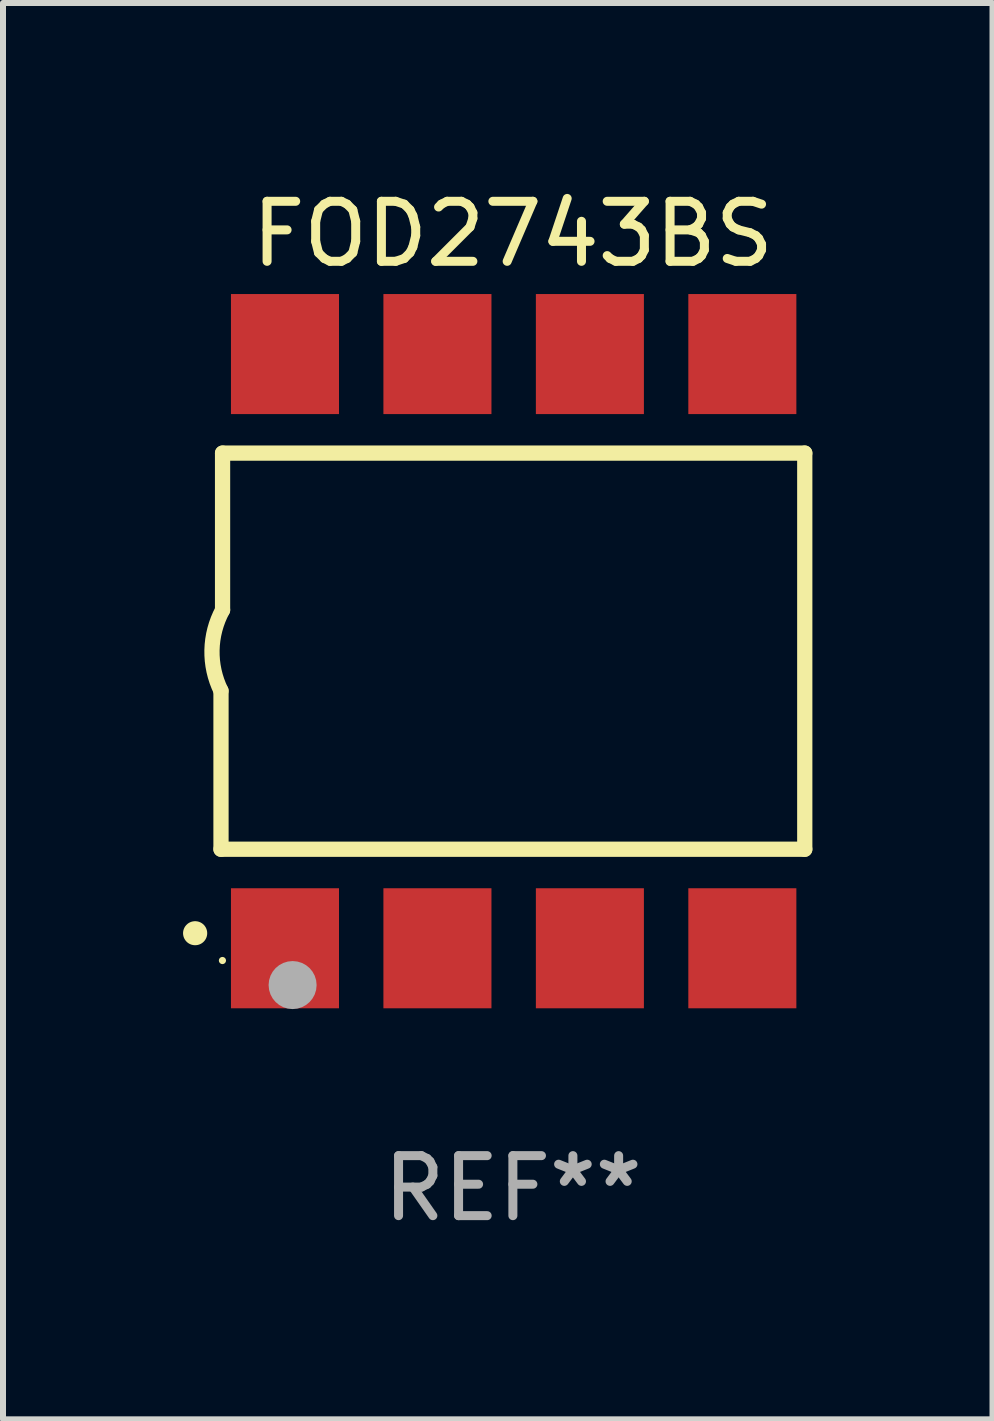
<source format=kicad_pcb>
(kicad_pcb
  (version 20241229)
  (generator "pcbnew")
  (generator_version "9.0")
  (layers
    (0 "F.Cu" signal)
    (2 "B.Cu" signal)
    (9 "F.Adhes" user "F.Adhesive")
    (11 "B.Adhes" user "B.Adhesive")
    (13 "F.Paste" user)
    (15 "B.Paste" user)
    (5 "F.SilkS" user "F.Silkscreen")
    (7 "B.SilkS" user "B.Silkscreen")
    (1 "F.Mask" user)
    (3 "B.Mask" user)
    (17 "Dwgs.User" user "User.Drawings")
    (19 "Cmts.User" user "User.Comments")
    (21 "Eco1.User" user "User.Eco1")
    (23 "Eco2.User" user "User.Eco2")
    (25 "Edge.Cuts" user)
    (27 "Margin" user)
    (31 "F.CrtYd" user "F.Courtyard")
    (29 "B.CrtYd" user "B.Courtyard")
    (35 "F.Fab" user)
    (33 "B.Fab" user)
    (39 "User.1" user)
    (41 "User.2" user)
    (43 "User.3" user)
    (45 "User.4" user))
  (footprint "FOD2743BS"
    (layer "F.Cu")
    (at 5.495 7.799)
    (property "Reference" "FOD2743BS" (at 0 -6.95 0) (layer "F.SilkS") (effects (font (size 1 1) (thickness 0.15))))
    (attr through_hole)
    (fp_line (start -4.863 3.3) (end -4.863 0.66) (stroke (width 0.254) (type solid)) (layer "F.SilkS"))
    (fp_line (start -4.837 -3.3) (end -4.837 -0.686) (stroke (width 0.254) (type solid)) (layer "F.SilkS"))
    (fp_line (start -4.837 -3.3) (end 4.863 -3.3) (stroke (width 0.254) (type solid)) (layer "F.SilkS"))
    (fp_line (start 4.863 -3.3) (end 4.863 3.3) (stroke (width 0.254) (type solid)) (layer "F.SilkS"))
    (fp_line (start 4.863 3.3) (end -4.863 3.3) (stroke (width 0.254) (type solid)) (layer "F.SilkS"))
    (fp_arc (start -5.295212 4.699009) (mid -5.293942 4.699005) (end -5.292672 4.699009) (stroke (width 0.4) (type solid)) (layer "F.SilkS"))
    (fp_arc (start -4.863411 0.660401) (mid -5.013163 -0.015948) (end -4.836614 -0.685801) (stroke (width 0.254001) (type solid)) (layer "F.SilkS"))
    (fp_circle (center -4.839 5.154) (end -4.809 5.154) (stroke (width 0.06) (type solid)) (fill no) (layer "F.SilkS"))
    (fp_circle (center -3.67 5.563) (end -3.47 5.563) (stroke (width 0.4) (type solid)) (fill no) (layer "F.Fab"))
    (fp_text user "REF**" (at 0 8.95 0) (layer "F.Fab") (effects (font (size 1 1) (thickness 0.15))))
    (pad "1" smd rect (at -3.797 4.95) (size 1.8 2) (layers "F.Cu" "F.Mask" "F.Paste"))
    (pad "2" smd rect (at -1.257 4.95) (size 1.8 2) (layers "F.Cu" "F.Mask" "F.Paste"))
    (pad "3" smd rect (at 1.283 4.95) (size 1.8 2) (layers "F.Cu" "F.Mask" "F.Paste"))
    (pad "4" smd rect (at 3.823 4.95) (size 1.8 2) (layers "F.Cu" "F.Mask" "F.Paste"))
    (pad "5" smd rect (at 3.823 -4.95 180) (size 1.8 2) (layers "F.Cu" "F.Mask" "F.Paste"))
    (pad "6" smd rect (at 1.283 -4.95 180) (size 1.8 2) (layers "F.Cu" "F.Mask" "F.Paste"))
    (pad "7" smd rect (at -1.257 -4.95 180) (size 1.8 2) (layers "F.Cu" "F.Mask" "F.Paste"))
    (pad "8" smd rect (at -3.797 -4.95 180) (size 1.8 2) (layers "F.Cu" "F.Mask" "F.Paste")))
  (gr_rect
    (start -3 -3)
    (end 13.486 20.597)
    (stroke (width 0.1) (type default))
    (fill no)
    (layer "Edge.Cuts")))
</source>
